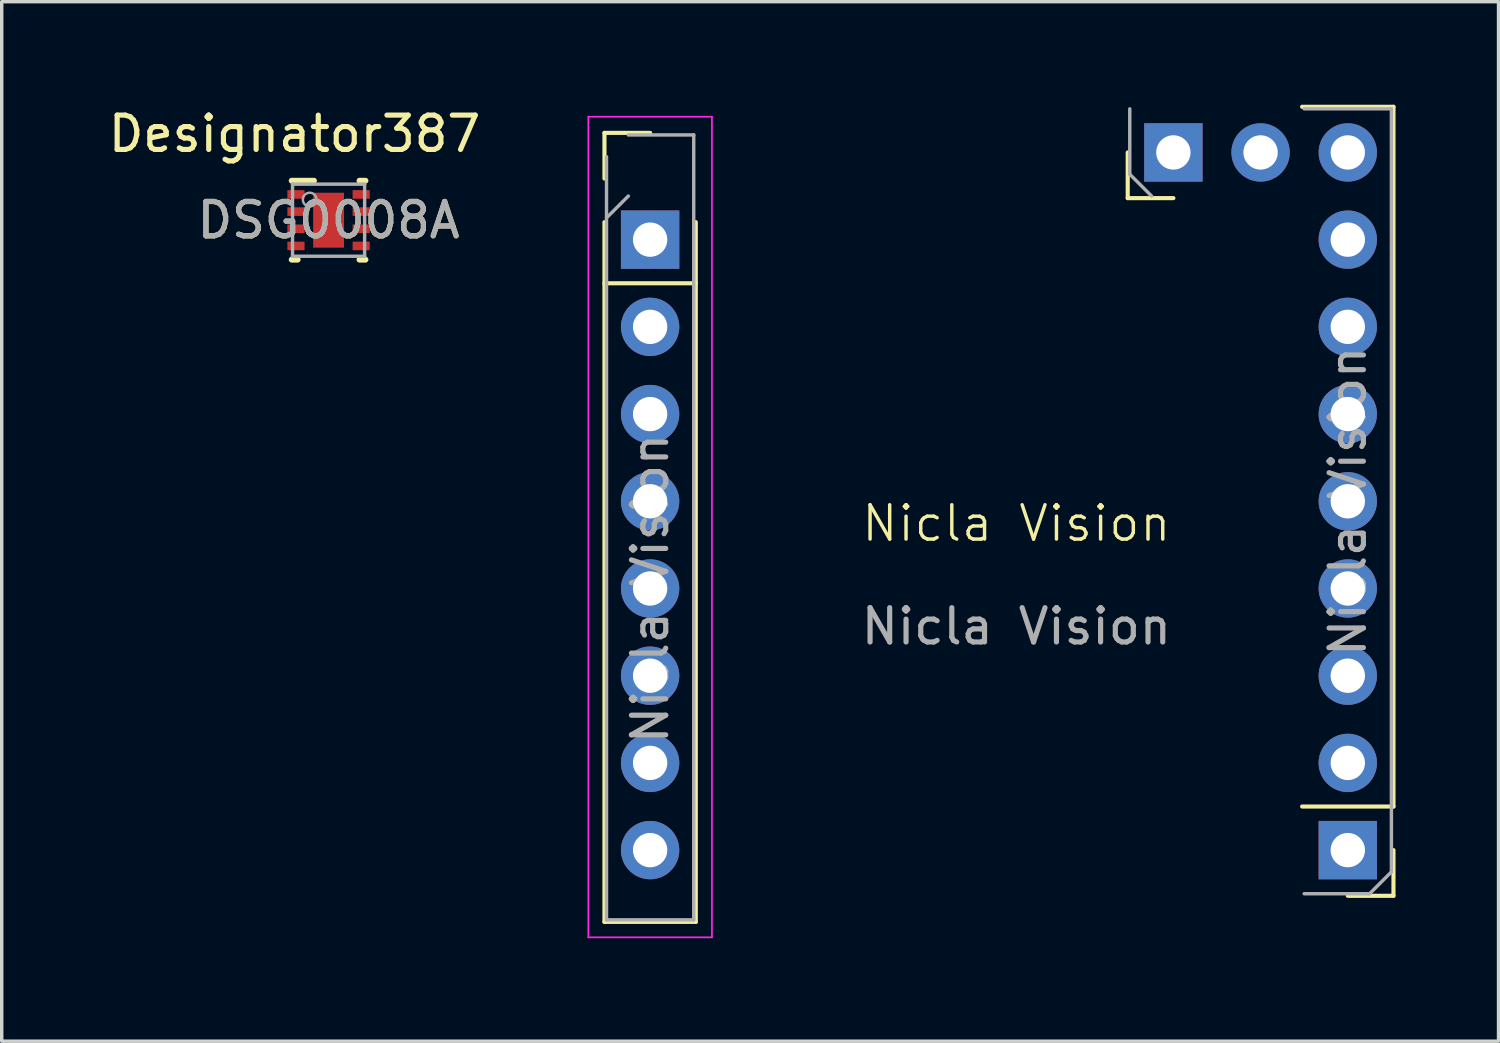
<source format=kicad_pcb>
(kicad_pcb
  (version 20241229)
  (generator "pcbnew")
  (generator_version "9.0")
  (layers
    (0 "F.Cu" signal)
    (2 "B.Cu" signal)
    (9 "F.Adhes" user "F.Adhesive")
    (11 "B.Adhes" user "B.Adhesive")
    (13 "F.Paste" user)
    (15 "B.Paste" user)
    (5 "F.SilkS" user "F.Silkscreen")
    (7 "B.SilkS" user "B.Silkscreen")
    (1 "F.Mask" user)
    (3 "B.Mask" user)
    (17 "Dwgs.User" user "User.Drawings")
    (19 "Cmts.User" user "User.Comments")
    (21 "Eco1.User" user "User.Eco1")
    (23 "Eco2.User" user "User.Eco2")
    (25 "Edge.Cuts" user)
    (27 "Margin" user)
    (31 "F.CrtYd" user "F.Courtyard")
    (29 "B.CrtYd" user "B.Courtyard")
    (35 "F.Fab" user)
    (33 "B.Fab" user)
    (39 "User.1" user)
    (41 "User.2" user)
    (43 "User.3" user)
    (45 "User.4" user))
  (footprint "DSG0008A"
    (layer "F.Cu")
    (at 6.52 3.363)
    (property "Reference" "DSG0008A" (at 0 0 0) (unlocked yes) (layer "F.SilkS") (effects (font (size 1 1) (thickness 0.15))))
    (attr smd)
    (fp_line (start -1.075 -1.15) (end -0.425 -1.15) (stroke (width 0.17) (type solid)) (layer "F.SilkS"))
    (fp_line (start -1.075 1.15) (end -0.9 1.15) (stroke (width 0.17) (type solid)) (layer "F.SilkS"))
    (fp_line (start 0.9 -1.15) (end 1.075 -1.15) (stroke (width 0.17) (type solid)) (layer "F.SilkS"))
    (fp_line (start 0.9 1.15) (end 1.075 1.15) (stroke (width 0.17) (type solid)) (layer "F.SilkS"))
    (fp_poly (pts (xy -0.427 0.733) (xy 0.427 0.733) (xy 0.427 -0.733) (xy -0.427 -0.733)) (stroke (width 0) (type solid)) (fill yes) (layer "F.Paste"))
    (fp_line (start -1.05 -1.05) (end 1.05 -1.05) (stroke (width 0.1) (type solid)) (layer "F.Fab"))
    (fp_line (start -1.05 1.05) (end -1.05 -1.05) (stroke (width 0.1) (type solid)) (layer "F.Fab"))
    (fp_line (start -1.05 1.05) (end 1.05 1.05) (stroke (width 0.1) (type solid)) (layer "F.Fab"))
    (fp_line (start 1.05 1.05) (end 1.05 -1.05) (stroke (width 0.1) (type solid)) (layer "F.Fab"))
    (fp_circle (center -0.55 -0.6) (end -0.35 -0.6) (stroke (width 0.07) (type solid)) (fill no) (layer "F.Fab"))
    (fp_text user "Designator387" (at -0.991 -2.515 0) (unlocked yes) (layer "F.SilkS") (effects (font (size 1 1) (thickness 0.15))))
    (fp_text user "${REFERENCE}" (at 0 0 0) (unlocked yes) (layer "F.Fab") (effects (font (size 1 1) (thickness 0.15))))
    (pad "1" smd rect (at -0.95 -0.75 90) (size 0.25 0.5) (layers "F.Cu" "F.Mask" "F.Paste"))
    (pad "2" smd rect (at -0.95 -0.25 90) (size 0.25 0.5) (layers "F.Cu" "F.Mask" "F.Paste"))
    (pad "3" smd rect (at -0.95 0.25 90) (size 0.25 0.5) (layers "F.Cu" "F.Mask" "F.Paste"))
    (pad "4" smd rect (at -0.95 0.75 90) (size 0.25 0.5) (layers "F.Cu" "F.Mask" "F.Paste"))
    (pad "5" smd rect (at 0.95 0.75 90) (size 0.25 0.5) (layers "F.Cu" "F.Mask" "F.Paste"))
    (pad "6" smd rect (at 0.95 0.25 90) (size 0.25 0.5) (layers "F.Cu" "F.Mask" "F.Paste"))
    (pad "7" smd rect (at 0.95 -0.25 90) (size 0.25 0.5) (layers "F.Cu" "F.Mask" "F.Paste"))
    (pad "8" smd rect (at 0.95 -0.75 90) (size 0.25 0.5) (layers "F.Cu" "F.Mask" "F.Paste"))
    (pad "9" smd rect (at 0 -0.000003) (size 0.9 1.6) (layers "F.Cu" "F.Mask" "F.Paste")))
  (footprint "Nicla Vision"
    (layer "F.Cu")
    (at 26.553 12.693)
    (property "Reference" "Nicla Vision" (at 0 -0.5 0) (unlocked yes) (layer "F.SilkS") (effects (font (size 1 1) (thickness 0.1))))
    (attr smd)
    (fp_line (start -11.998 -11.873) (end -10.668 -11.873) (stroke (width 0.12) (type solid)) (layer "F.SilkS"))
    (fp_line (start -11.998 -10.543) (end -11.998 -11.873) (stroke (width 0.12) (type solid)) (layer "F.SilkS"))
    (fp_line (start -11.998 -9.273) (end -11.998 11.107) (stroke (width 0.12) (type solid)) (layer "F.SilkS"))
    (fp_line (start -11.998 -7.493) (end -9.338 -7.493) (stroke (width 0.12) (type solid)) (layer "F.SilkS"))
    (fp_line (start -11.998 11.107) (end -9.338 11.107) (stroke (width 0.12) (type solid)) (layer "F.SilkS"))
    (fp_line (start -9.338 -9.273) (end -9.338 11.107) (stroke (width 0.12) (type solid)) (layer "F.SilkS"))
    (fp_line (start 3.242 -9.973) (end 3.242 -11.303) (stroke (width 0.12) (type solid)) (layer "F.SilkS"))
    (fp_line (start 4.572 -9.973) (end 3.242 -9.973) (stroke (width 0.12) (type solid)) (layer "F.SilkS"))
    (fp_line (start 10.982 -12.633) (end 8.322 -12.633) (stroke (width 0.12) (type solid)) (layer "F.SilkS"))
    (fp_line (start 10.982 7.747) (end 8.322 7.747) (stroke (width 0.12) (type solid)) (layer "F.SilkS"))
    (fp_line (start 10.982 7.747) (end 10.982 -12.633) (stroke (width 0.12) (type solid)) (layer "F.SilkS"))
    (fp_line (start 10.982 9.017) (end 10.982 10.347) (stroke (width 0.12) (type solid)) (layer "F.SilkS"))
    (fp_line (start 10.982 10.347) (end 9.652 10.347) (stroke (width 0.12) (type solid)) (layer "F.SilkS"))
    (fp_line (start -12.468 -12.343) (end -12.468 11.557) (stroke (width 0.05) (type solid)) (layer "F.CrtYd"))
    (fp_line (start -12.468 11.557) (end -8.868 11.557) (stroke (width 0.05) (type solid)) (layer "F.CrtYd"))
    (fp_line (start -8.868 -12.343) (end -12.468 -12.343) (stroke (width 0.05) (type solid)) (layer "F.CrtYd"))
    (fp_line (start -8.868 11.557) (end -8.868 -12.343) (stroke (width 0.05) (type solid)) (layer "F.CrtYd"))
    (fp_line (start -11.938 -9.398) (end -11.303 -10.033) (stroke (width 0.1) (type solid)) (layer "F.Fab"))
    (fp_line (start -11.938 11.047) (end -11.938 -11.178) (stroke (width 0.1) (type solid)) (layer "F.Fab"))
    (fp_line (start -11.303 -11.813) (end -9.398 -11.813) (stroke (width 0.1) (type solid)) (layer "F.Fab"))
    (fp_line (start -9.398 -11.813) (end -9.398 11.047) (stroke (width 0.1) (type solid)) (layer "F.Fab"))
    (fp_line (start -9.398 11.047) (end -11.938 11.047) (stroke (width 0.1) (type solid)) (layer "F.Fab"))
    (fp_line (start 3.302 -10.668) (end 3.302 -12.573) (stroke (width 0.1) (type solid)) (layer "F.Fab"))
    (fp_line (start 3.937 -10.033) (end 3.302 -10.668) (stroke (width 0.1) (type solid)) (layer "F.Fab"))
    (fp_line (start 8.382 -12.573) (end 10.922 -12.573) (stroke (width 0.1) (type solid)) (layer "F.Fab"))
    (fp_line (start 10.287 10.287) (end 8.382 10.287) (stroke (width 0.1) (type solid)) (layer "F.Fab"))
    (fp_line (start 10.922 -12.573) (end 10.922 9.652) (stroke (width 0.1) (type solid)) (layer "F.Fab"))
    (fp_line (start 10.922 9.652) (end 10.287 10.287) (stroke (width 0.1) (type solid)) (layer "F.Fab"))
    (fp_text user "${REFERENCE}" (at 9.652 -1.143 270) (layer "F.Fab") (effects (font (size 1 1) (thickness 0.15))))
    (fp_text user "${REFERENCE}" (at -10.668 1.397 90) (layer "F.Fab") (effects (font (size 1 1) (thickness 0.15))))
    (fp_text user "${REFERENCE}" (at 0 2.5 0) (unlocked yes) (layer "F.Fab") (effects (font (size 1 1) (thickness 0.15))))
    (pad "1" thru_hole rect (at 9.652 9.017 180) (size 1.7 1.7) (drill 1) (layers "*.Cu" "*.Mask"))
    (pad "2" thru_hole oval (at 9.652 6.477 180) (size 1.7 1.7) (drill 1) (layers "*.Cu" "*.Mask"))
    (pad "3" thru_hole oval (at 9.652 3.937 180) (size 1.7 1.7) (drill 1) (layers "*.Cu" "*.Mask"))
    (pad "4" thru_hole oval (at 9.652 1.397 180) (size 1.7 1.7) (drill 1) (layers "*.Cu" "*.Mask"))
    (pad "5" thru_hole oval (at 9.652 -1.143 180) (size 1.7 1.7) (drill 1) (layers "*.Cu" "*.Mask"))
    (pad "6" thru_hole oval (at 9.652 -3.683 180) (size 1.7 1.7) (drill 1) (layers "*.Cu" "*.Mask"))
    (pad "7" thru_hole oval (at 9.652 -6.223 180) (size 1.7 1.7) (drill 1) (layers "*.Cu" "*.Mask"))
    (pad "8" thru_hole oval (at 9.652 -8.763 180) (size 1.7 1.7) (drill 1) (layers "*.Cu" "*.Mask"))
    (pad "9" thru_hole oval (at 9.652 -11.303 180) (size 1.7 1.7) (drill 1) (layers "*.Cu" "*.Mask"))
    (pad "10" thru_hole oval (at 7.112 -11.303 90) (size 1.7 1.7) (drill 1) (layers "*.Cu" "*.Mask"))
    (pad "11" thru_hole rect (at 4.572 -11.303 90) (size 1.7 1.7) (drill 1) (layers "*.Cu" "*.Mask"))
    (pad "12" thru_hole rect (at -10.668 -8.763) (size 1.7 1.7) (drill 1) (layers "*.Cu" "*.Mask"))
    (pad "13" thru_hole oval (at -10.668 -6.223) (size 1.7 1.7) (drill 1) (layers "*.Cu" "*.Mask"))
    (pad "14" thru_hole oval (at -10.668 -3.683) (size 1.7 1.7) (drill 1) (layers "*.Cu" "*.Mask"))
    (pad "15" thru_hole oval (at -10.668 -1.143) (size 1.7 1.7) (drill 1) (layers "*.Cu" "*.Mask"))
    (pad "16" thru_hole oval (at -10.668 1.397) (size 1.7 1.7) (drill 1) (layers "*.Cu" "*.Mask"))
    (pad "17" thru_hole oval (at -10.668 3.937) (size 1.7 1.7) (drill 1) (layers "*.Cu" "*.Mask"))
    (pad "18" thru_hole oval (at -10.668 6.477) (size 1.7 1.7) (drill 1) (layers "*.Cu" "*.Mask"))
    (pad "19" thru_hole oval (at -10.668 9.017) (size 1.7 1.7) (drill 1) (layers "*.Cu" "*.Mask")))
  (gr_rect
    (start -3 -3)
    (end 40.595 27.275)
    (stroke (width 0.1) (type default))
    (fill no)
    (layer "Edge.Cuts")))
</source>
